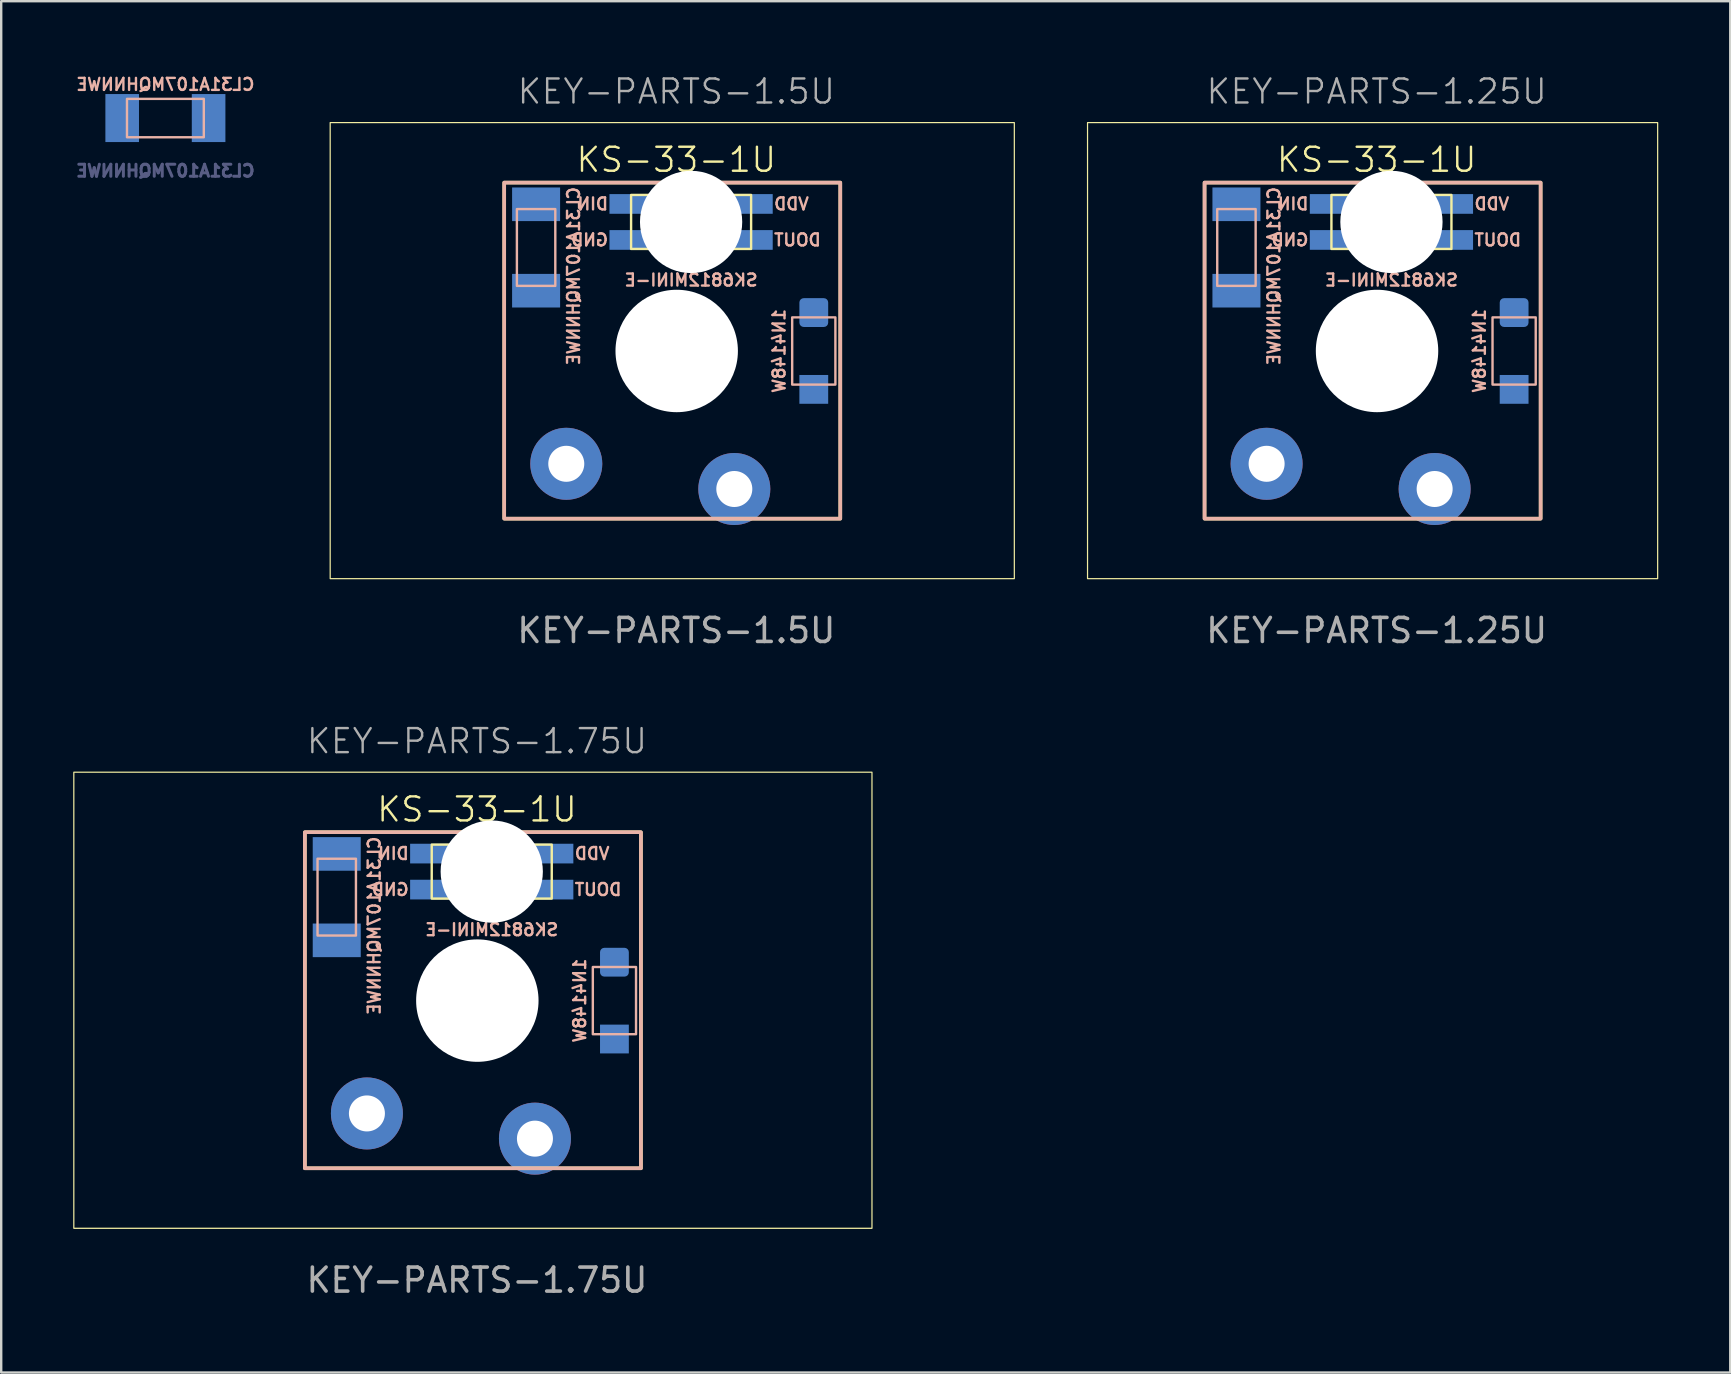
<source format=kicad_pcb>
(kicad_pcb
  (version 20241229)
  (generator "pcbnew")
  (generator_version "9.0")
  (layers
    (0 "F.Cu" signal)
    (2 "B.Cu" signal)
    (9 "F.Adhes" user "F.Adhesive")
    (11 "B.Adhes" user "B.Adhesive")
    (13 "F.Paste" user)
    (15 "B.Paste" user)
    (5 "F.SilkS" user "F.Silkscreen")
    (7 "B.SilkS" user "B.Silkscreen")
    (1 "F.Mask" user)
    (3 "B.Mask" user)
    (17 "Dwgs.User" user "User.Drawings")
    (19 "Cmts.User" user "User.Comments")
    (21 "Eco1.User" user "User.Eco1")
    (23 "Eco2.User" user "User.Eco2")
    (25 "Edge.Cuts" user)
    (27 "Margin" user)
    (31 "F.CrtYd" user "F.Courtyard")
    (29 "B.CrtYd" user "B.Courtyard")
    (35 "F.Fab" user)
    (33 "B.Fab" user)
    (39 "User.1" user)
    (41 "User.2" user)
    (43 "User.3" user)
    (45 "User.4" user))
  (footprint "KEY-PARTS-1.5U"
    (layer "F.Cu")
    (at 24.955 11.556)
    (property "Reference" "KEY-PARTS-1.5U" (at 0.17 -10.795 0) (unlocked yes) (layer "F.Fab") (effects (font (size 1 1) (thickness 0.1))))
    (attr smd)
    (fp_rect (start -14.25 -9.5) (end 14.25 9.5) (stroke (width 0.05) (type solid)) (fill no) (layer "F.SilkS"))
    (fp_rect (start -7 -7) (end 7 7) (stroke (width 0.15) (type solid)) (fill no) (layer "F.SilkS"))
    (fp_rect (start -1.715 -6.485) (end 3.285 -4.235) (stroke (width 0.1) (type solid)) (fill no) (layer "F.SilkS"))
    (fp_rect (start -7 -7) (end 7 7) (stroke (width 0.15) (type solid)) (fill no) (layer "B.SilkS"))
    (fp_rect (start -6.472 -5.896) (end -4.872 -2.696) (stroke (width 0.1) (type default)) (fill no) (layer "B.SilkS"))
    (fp_rect (start 4.996 -1.385) (end 6.796 1.415) (stroke (width 0.1) (type default)) (fill no) (layer "B.SilkS"))
    (fp_text user "KS-33-1U" (at 0.17 -7.366 0) (unlocked yes) (layer "F.SilkS") (effects (font (size 1 1) (thickness 0.1)) (justify bottom)))
    (fp_text user "DIN" (at -2.615 -6.11 0) (unlocked yes) (layer "B.SilkS") (effects (font (size 0.5 0.5) (thickness 0.1)) (justify left mirror)))
    (fp_text user "GND" (at -2.615 -4.61 0) (unlocked yes) (layer "B.SilkS") (effects (font (size 0.5 0.5) (thickness 0.1)) (justify left mirror)))
    (fp_text user "1N4148W" (at 4.742 0.015 90) (unlocked yes) (layer "B.SilkS") (effects (font (size 0.5 0.5) (thickness 0.1)) (justify bottom mirror)))
    (fp_text user "SK6812MINI-E" (at 0.785 -3.23 0) (unlocked yes) (layer "B.SilkS") (effects (font (size 0.5 0.5) (thickness 0.1) (bold yes)) (justify top mirror)))
    (fp_text user "CL31A107MQHNNWE" (at -4.11 -3.102 90) (unlocked yes) (layer "B.SilkS") (effects (font (size 0.5 0.5) (thickness 0.1) (bold yes)) (justify mirror)))
    (fp_text user "VDD" (at 4.185 -6.11 0) (unlocked yes) (layer "B.SilkS") (effects (font (size 0.5 0.5) (thickness 0.1)) (justify right mirror)))
    (fp_text user "DOUT" (at 4.185 -4.61 0) (unlocked yes) (layer "B.SilkS") (effects (font (size 0.5 0.5) (thickness 0.1)) (justify right mirror)))
    (fp_text user "${REFERENCE}" (at 0.17 11.66 0) (unlocked yes) (layer "F.Fab") (effects (font (size 1 1) (thickness 0.15))))
    (pad "" np_thru_hole circle (at 0.185 0.015) (size 5.1 5.1) (drill 5.25) (layers "*.Cu" "*.Mask"))
    (pad "" np_thru_hole circle (at 0.785 -5.36) (size 4.26 4.26) (drill 4.26) (layers "*.Cu" "*.Mask"))
    (pad "1" smd rect (at 3.285 -6.11) (size 1.8 0.82) (layers "B.Cu" "B.Mask" "B.Paste"))
    (pad "2" smd rect (at 3.285 -4.61) (size 1.8 0.82) (layers "B.Cu" "B.Mask" "B.Paste"))
    (pad "3" smd rect (at -1.715 -4.61) (size 1.8 0.82) (layers "B.Cu" "B.Mask" "B.Paste"))
    (pad "4" smd rect (at -1.715 -6.11) (size 1.8 0.82) (layers "B.Cu" "B.Mask" "B.Paste"))
    (pad "A" thru_hole circle (at -4.415 4.715) (size 3 3) (drill 1.5) (layers "*.Cu" "*.Mask"))
    (pad "B" thru_hole circle (at 2.585 5.765) (size 3 3) (drill 1.5) (layers "*.Cu" "*.Mask"))
    (pad "C_1" smd rect (at -5.672 -6.096 90) (size 1.4 2) (layers "B.Cu" "B.Mask" "B.Paste"))
    (pad "C_2" smd rect (at -5.672 -2.496 90) (size 1.4 2) (layers "B.Cu" "B.Mask" "B.Paste"))
    (pad "D_1" smd roundrect (at 5.896 -1.585 90) (size 1.2 1.2) (layers "B.Cu" "B.Mask" "B.Paste") (roundrect_rratio 0.15))
    (pad "D_2" smd rect (at 5.896 1.615 90) (size 1.2 1.2) (layers "B.Cu" "B.Mask" "B.Paste")))
  (footprint "KEY-PARTS-1.25U"
    (layer "F.Cu")
    (at 54.13 11.556)
    (property "Reference" "KEY-PARTS-1.25U" (at 0.17 -10.795 0) (unlocked yes) (layer "F.Fab") (effects (font (size 1 1) (thickness 0.1))))
    (attr smd)
    (fp_rect (start -11.875 -9.5) (end 11.875 9.5) (stroke (width 0.05) (type solid)) (fill no) (layer "F.SilkS"))
    (fp_rect (start -7 -7) (end 7 7) (stroke (width 0.15) (type solid)) (fill no) (layer "F.SilkS"))
    (fp_rect (start -1.715 -6.485) (end 3.285 -4.235) (stroke (width 0.1) (type solid)) (fill no) (layer "F.SilkS"))
    (fp_rect (start -7 -7) (end 7 7) (stroke (width 0.15) (type solid)) (fill no) (layer "B.SilkS"))
    (fp_rect (start -6.472 -5.896) (end -4.872 -2.696) (stroke (width 0.1) (type default)) (fill no) (layer "B.SilkS"))
    (fp_rect (start 4.996 -1.385) (end 6.796 1.415) (stroke (width 0.1) (type default)) (fill no) (layer "B.SilkS"))
    (fp_text user "KS-33-1U" (at 0.17 -7.366 0) (unlocked yes) (layer "F.SilkS") (effects (font (size 1 1) (thickness 0.1)) (justify bottom)))
    (fp_text user "1N4148W" (at 4.742 0.015 90) (unlocked yes) (layer "B.SilkS") (effects (font (size 0.5 0.5) (thickness 0.1)) (justify bottom mirror)))
    (fp_text user "DIN" (at -2.615 -6.11 0) (unlocked yes) (layer "B.SilkS") (effects (font (size 0.5 0.5) (thickness 0.1)) (justify left mirror)))
    (fp_text user "VDD" (at 4.185 -6.11 0) (unlocked yes) (layer "B.SilkS") (effects (font (size 0.5 0.5) (thickness 0.1)) (justify right mirror)))
    (fp_text user "SK6812MINI-E" (at 0.785 -3.23 0) (unlocked yes) (layer "B.SilkS") (effects (font (size 0.5 0.5) (thickness 0.1) (bold yes)) (justify top mirror)))
    (fp_text user "DOUT" (at 4.185 -4.61 0) (unlocked yes) (layer "B.SilkS") (effects (font (size 0.5 0.5) (thickness 0.1)) (justify right mirror)))
    (fp_text user "GND" (at -2.615 -4.61 0) (unlocked yes) (layer "B.SilkS") (effects (font (size 0.5 0.5) (thickness 0.1)) (justify left mirror)))
    (fp_text user "CL31A107MQHNNWE" (at -4.11 -3.102 90) (unlocked yes) (layer "B.SilkS") (effects (font (size 0.5 0.5) (thickness 0.1) (bold yes)) (justify mirror)))
    (fp_text user "${REFERENCE}" (at 0.17 11.66 0) (unlocked yes) (layer "F.Fab") (effects (font (size 1 1) (thickness 0.15))))
    (pad "" np_thru_hole circle (at 0.185 0.015) (size 5.1 5.1) (drill 5.25) (layers "*.Cu" "*.Mask"))
    (pad "" np_thru_hole circle (at 0.785 -5.36) (size 4.26 4.26) (drill 4.26) (layers "*.Cu" "*.Mask"))
    (pad "1" smd rect (at 3.285 -6.11) (size 1.8 0.82) (layers "B.Cu" "B.Mask" "B.Paste"))
    (pad "2" smd rect (at 3.285 -4.61) (size 1.8 0.82) (layers "B.Cu" "B.Mask" "B.Paste"))
    (pad "3" smd rect (at -1.715 -4.61) (size 1.8 0.82) (layers "B.Cu" "B.Mask" "B.Paste"))
    (pad "4" smd rect (at -1.715 -6.11) (size 1.8 0.82) (layers "B.Cu" "B.Mask" "B.Paste"))
    (pad "A" thru_hole circle (at -4.415 4.715) (size 3 3) (drill 1.5) (layers "*.Cu" "*.Mask"))
    (pad "B" thru_hole circle (at 2.585 5.765) (size 3 3) (drill 1.5) (layers "*.Cu" "*.Mask"))
    (pad "C_1" smd rect (at -5.672 -6.096 90) (size 1.4 2) (layers "B.Cu" "B.Mask" "B.Paste"))
    (pad "C_2" smd rect (at -5.672 -2.496 90) (size 1.4 2) (layers "B.Cu" "B.Mask" "B.Paste"))
    (pad "D_1" smd roundrect (at 5.896 -1.585 90) (size 1.2 1.2) (layers "B.Cu" "B.Mask" "B.Paste") (roundrect_rratio 0.15))
    (pad "D_2" smd rect (at 5.896 1.615 90) (size 1.2 1.2) (layers "B.Cu" "B.Mask" "B.Paste")))
  (footprint "CL31A107MQHNNWE"
    (layer "F.Cu")
    (at 3.84 1.868)
    (property "Reference" "CL31A107MQHNNWE" (at 0 -1.4 0) (unlocked yes) (layer "B.SilkS") (effects (font (size 0.5 0.5) (thickness 0.1)) (justify mirror)))
    (attr smd)
    (fp_rect (start -1.6 -0.8) (end 1.6 0.8) (stroke (width 0.1) (type default)) (fill no) (layer "B.SilkS"))
    (fp_text user "${REFERENCE}" (at 0 2.2 0) (unlocked yes) (layer "B.Fab") (effects (font (size 0.5 0.5) (thickness 0.125)) (justify mirror)))
    (pad "1" smd rect (at 1.8 0) (size 1.4 2) (layers "B.Cu" "B.Mask" "B.Paste"))
    (pad "2" smd rect (at -1.8 0) (size 1.4 2) (layers "B.Cu" "B.Mask" "B.Paste")))
  (footprint "KEY-PARTS-1.75U"
    (layer "F.Cu")
    (at 16.65 38.619)
    (property "Reference" "KEY-PARTS-1.75U" (at 0.17 -10.795 0) (unlocked yes) (layer "F.Fab") (effects (font (size 1 1) (thickness 0.1))))
    (attr smd)
    (fp_rect (start -16.625 -9.5) (end 16.625 9.5) (stroke (width 0.05) (type solid)) (fill no) (layer "F.SilkS"))
    (fp_rect (start -7 -7) (end 7 7) (stroke (width 0.15) (type solid)) (fill no) (layer "F.SilkS"))
    (fp_rect (start -1.715 -6.485) (end 3.285 -4.235) (stroke (width 0.1) (type solid)) (fill no) (layer "F.SilkS"))
    (fp_rect (start -7 -7) (end 7 7) (stroke (width 0.15) (type solid)) (fill no) (layer "B.SilkS"))
    (fp_rect (start -6.472 -5.896) (end -4.872 -2.696) (stroke (width 0.1) (type default)) (fill no) (layer "B.SilkS"))
    (fp_rect (start 4.996 -1.385) (end 6.796 1.415) (stroke (width 0.1) (type default)) (fill no) (layer "B.SilkS"))
    (fp_text user "KS-33-1U" (at 0.17 -7.366 0) (unlocked yes) (layer "F.SilkS") (effects (font (size 1 1) (thickness 0.1)) (justify bottom)))
    (fp_text user "DIN" (at -2.615 -6.11 0) (unlocked yes) (layer "B.SilkS") (effects (font (size 0.5 0.5) (thickness 0.1)) (justify left mirror)))
    (fp_text user "SK6812MINI-E" (at 0.785 -3.23 0) (unlocked yes) (layer "B.SilkS") (effects (font (size 0.5 0.5) (thickness 0.1) (bold yes)) (justify top mirror)))
    (fp_text user "CL31A107MQHNNWE" (at -4.11 -3.102 90) (unlocked yes) (layer "B.SilkS") (effects (font (size 0.5 0.5) (thickness 0.1) (bold yes)) (justify mirror)))
    (fp_text user "DOUT" (at 4.185 -4.61 0) (unlocked yes) (layer "B.SilkS") (effects (font (size 0.5 0.5) (thickness 0.1)) (justify right mirror)))
    (fp_text user "GND" (at -2.615 -4.61 0) (unlocked yes) (layer "B.SilkS") (effects (font (size 0.5 0.5) (thickness 0.1)) (justify left mirror)))
    (fp_text user "VDD" (at 4.185 -6.11 0) (unlocked yes) (layer "B.SilkS") (effects (font (size 0.5 0.5) (thickness 0.1)) (justify right mirror)))
    (fp_text user "1N4148W" (at 4.742 0.015 90) (unlocked yes) (layer "B.SilkS") (effects (font (size 0.5 0.5) (thickness 0.1)) (justify bottom mirror)))
    (fp_text user "${REFERENCE}" (at 0.17 11.66 0) (unlocked yes) (layer "F.Fab") (effects (font (size 1 1) (thickness 0.15))))
    (pad "" np_thru_hole circle (at 0.185 0.015) (size 5.1 5.1) (drill 5.25) (layers "*.Cu" "*.Mask"))
    (pad "" np_thru_hole circle (at 0.785 -5.36) (size 4.26 4.26) (drill 4.26) (layers "*.Cu" "*.Mask"))
    (pad "1" smd rect (at 3.285 -6.11) (size 1.8 0.82) (layers "B.Cu" "B.Mask" "B.Paste"))
    (pad "2" smd rect (at 3.285 -4.61) (size 1.8 0.82) (layers "B.Cu" "B.Mask" "B.Paste"))
    (pad "3" smd rect (at -1.715 -4.61) (size 1.8 0.82) (layers "B.Cu" "B.Mask" "B.Paste"))
    (pad "4" smd rect (at -1.715 -6.11) (size 1.8 0.82) (layers "B.Cu" "B.Mask" "B.Paste"))
    (pad "A" thru_hole circle (at -4.415 4.715) (size 3 3) (drill 1.5) (layers "*.Cu" "*.Mask"))
    (pad "B" thru_hole circle (at 2.585 5.765) (size 3 3) (drill 1.5) (layers "*.Cu" "*.Mask"))
    (pad "C_1" smd rect (at -5.672 -6.096 90) (size 1.4 2) (layers "B.Cu" "B.Mask" "B.Paste"))
    (pad "C_2" smd rect (at -5.672 -2.496 90) (size 1.4 2) (layers "B.Cu" "B.Mask" "B.Paste"))
    (pad "D_1" smd roundrect (at 5.896 -1.585 90) (size 1.2 1.2) (layers "B.Cu" "B.Mask" "B.Paste") (roundrect_rratio 0.15))
    (pad "D_2" smd rect (at 5.896 1.615 90) (size 1.2 1.2) (layers "B.Cu" "B.Mask" "B.Paste")))
  (gr_rect
    (start -3 -3)
    (end 69.03 54.127)
    (stroke (width 0.1) (type default))
    (fill no)
    (layer "Edge.Cuts")))
</source>
